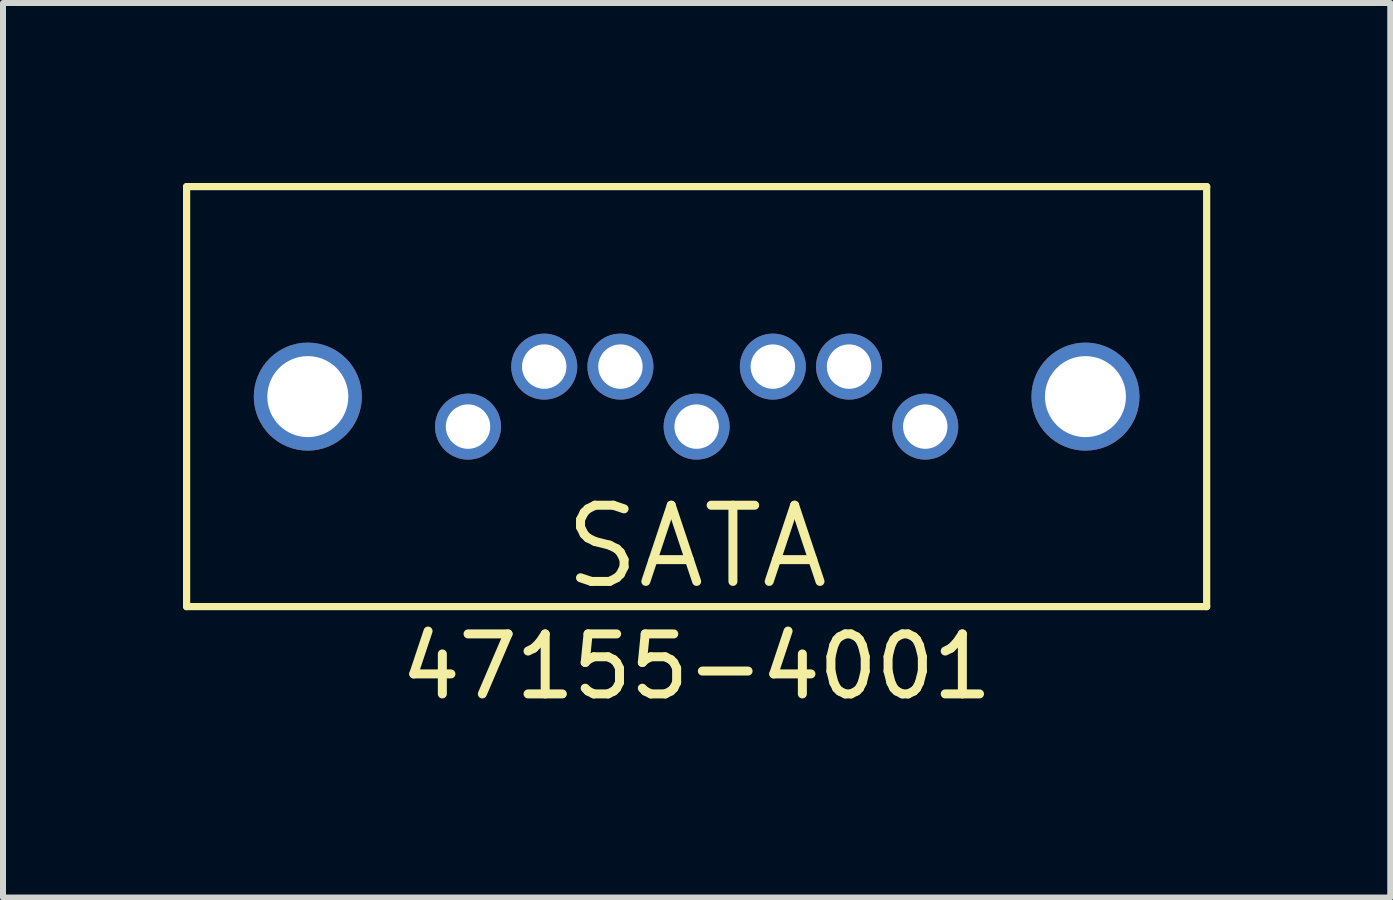
<source format=kicad_pcb>
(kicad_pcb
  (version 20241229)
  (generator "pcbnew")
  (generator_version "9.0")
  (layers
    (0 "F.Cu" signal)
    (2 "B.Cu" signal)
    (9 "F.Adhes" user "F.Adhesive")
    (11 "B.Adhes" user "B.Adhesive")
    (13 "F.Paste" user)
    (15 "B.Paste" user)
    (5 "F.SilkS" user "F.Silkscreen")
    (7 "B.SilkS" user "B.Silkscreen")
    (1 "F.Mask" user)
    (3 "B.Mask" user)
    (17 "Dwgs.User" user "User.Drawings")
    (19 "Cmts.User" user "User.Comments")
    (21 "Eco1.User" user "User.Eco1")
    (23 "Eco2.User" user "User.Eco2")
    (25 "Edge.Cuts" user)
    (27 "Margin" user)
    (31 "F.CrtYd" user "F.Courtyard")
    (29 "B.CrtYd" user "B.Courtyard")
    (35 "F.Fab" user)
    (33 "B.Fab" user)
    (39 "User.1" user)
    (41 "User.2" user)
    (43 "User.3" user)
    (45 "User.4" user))
  (footprint "47155-4001"
    (layer "F.Cu")
    (at 8.56 3.56)
    (property "Reference" "47155-4001" (at 0 4.5 0) (layer "F.SilkS") (effects (font (size 1 1) (thickness 0.15))))
    (attr through_hole)
    (fp_line (start -8.5 -3.5) (end 8.5 -3.5) (stroke (width 0.12) (type solid)) (layer "F.SilkS"))
    (fp_line (start -8.5 3.5) (end -8.5 -3.5) (stroke (width 0.12) (type solid)) (layer "F.SilkS"))
    (fp_line (start 8.5 -3.5) (end 8.5 3.5) (stroke (width 0.12) (type solid)) (layer "F.SilkS"))
    (fp_line (start 8.5 3.5) (end -8.5 3.5) (stroke (width 0.12) (type solid)) (layer "F.SilkS"))
    (fp_text user "SATA" (at 0 2.5 0) (layer "F.SilkS") (effects (font (size 1.27 1.27) (thickness 0.15))))
    (pad "1" thru_hole circle (at 3.81 0.5) (size 1.1 1.1) (drill 0.74) (layers "*.Cu" "*.Mask"))
    (pad "2" thru_hole circle (at 2.54 -0.5) (size 1.1 1.1) (drill 0.74) (layers "*.Cu" "*.Mask"))
    (pad "3" thru_hole circle (at 1.27 -0.5) (size 1.1 1.1) (drill 0.74) (layers "*.Cu" "*.Mask"))
    (pad "4" thru_hole circle (at 0 0.5) (size 1.1 1.1) (drill 0.74) (layers "*.Cu" "*.Mask"))
    (pad "5" thru_hole circle (at -1.27 -0.5) (size 1.1 1.1) (drill 0.74) (layers "*.Cu" "*.Mask"))
    (pad "6" thru_hole circle (at -2.54 -0.5) (size 1.1 1.1) (drill 0.74) (layers "*.Cu" "*.Mask"))
    (pad "7" thru_hole circle (at -3.81 0.5) (size 1.1 1.1) (drill 0.74) (layers "*.Cu" "*.Mask"))
    (pad "SH" thru_hole circle (at -6.48 0) (size 1.8 1.8) (drill 1.35) (layers "*.Cu" "*.Mask"))
    (pad "SH" thru_hole circle (at 6.48 0) (size 1.8 1.8) (drill 1.35) (layers "*.Cu" "*.Mask")))
  (gr_rect
    (start -3 -3)
    (end 20.12 11.908)
    (stroke (width 0.1) (type default))
    (fill no)
    (layer "Edge.Cuts")))
</source>
